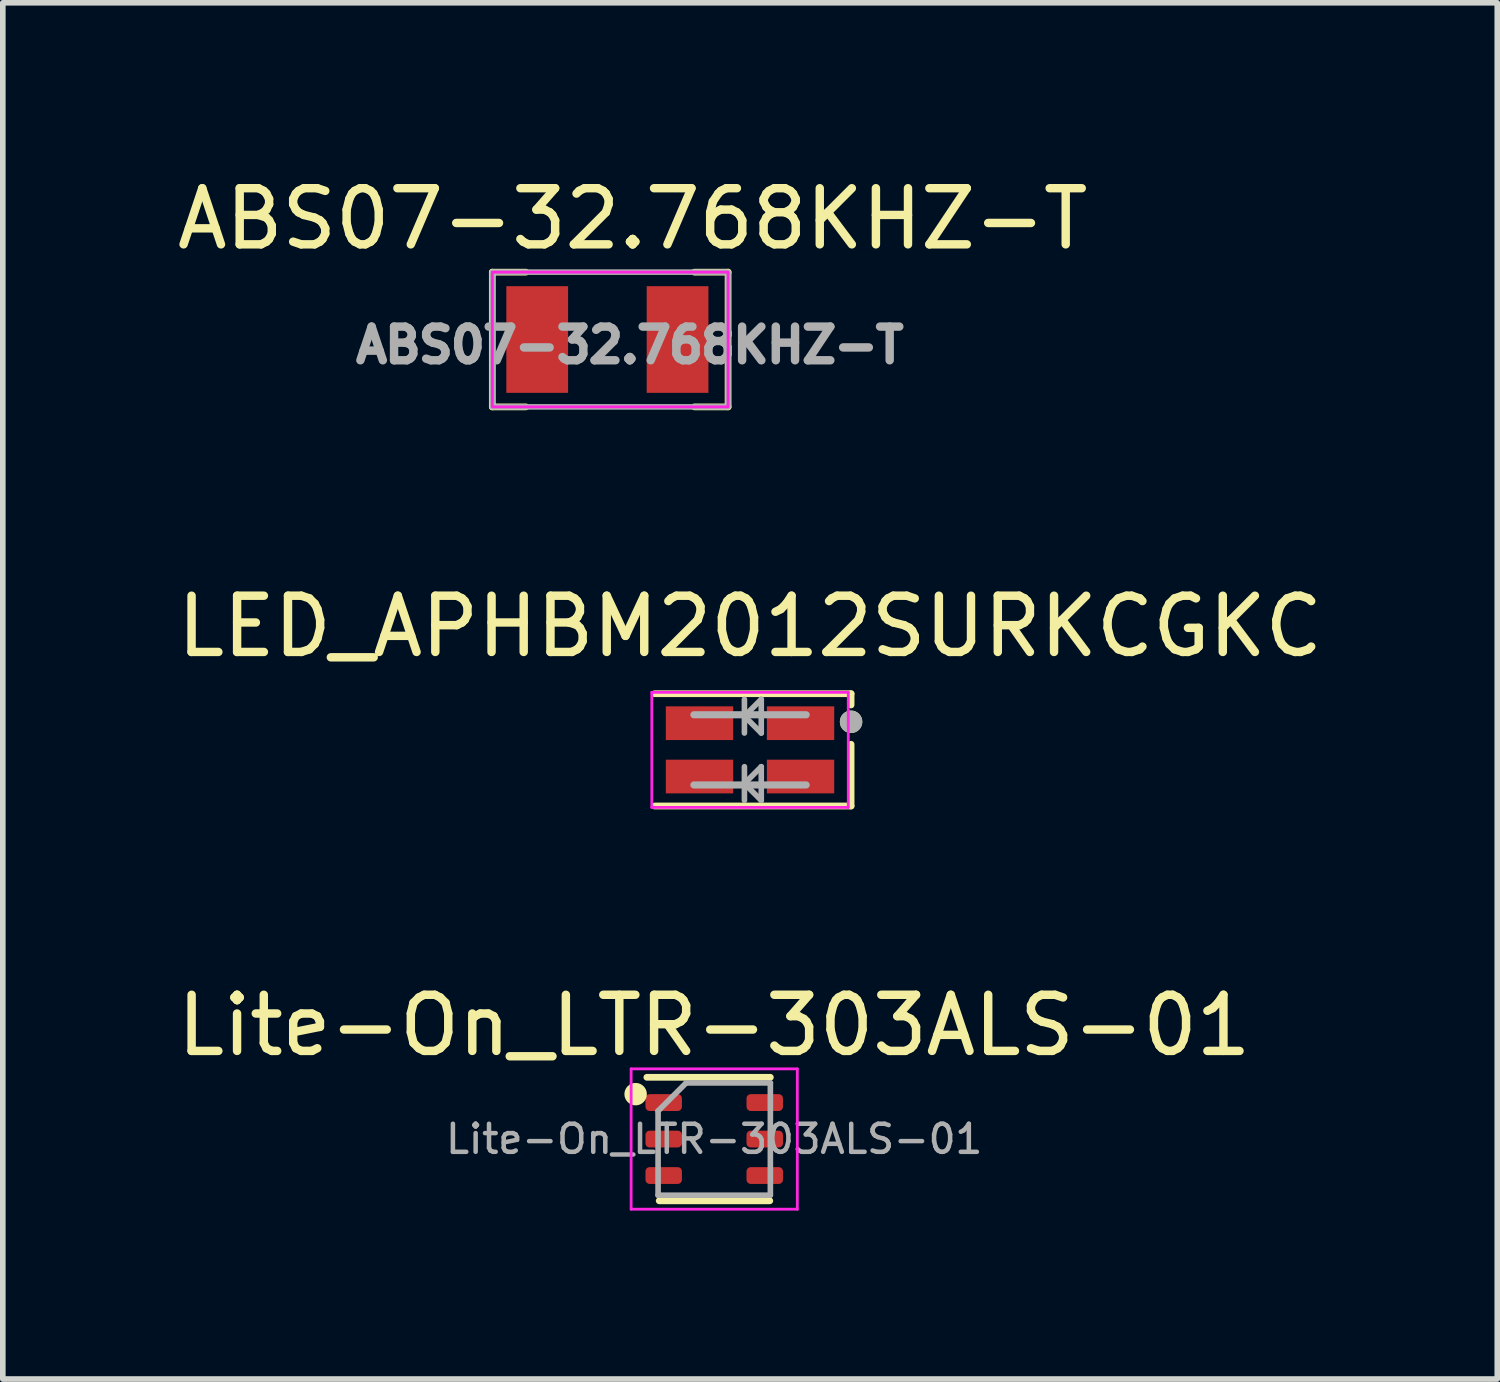
<source format=kicad_pcb>
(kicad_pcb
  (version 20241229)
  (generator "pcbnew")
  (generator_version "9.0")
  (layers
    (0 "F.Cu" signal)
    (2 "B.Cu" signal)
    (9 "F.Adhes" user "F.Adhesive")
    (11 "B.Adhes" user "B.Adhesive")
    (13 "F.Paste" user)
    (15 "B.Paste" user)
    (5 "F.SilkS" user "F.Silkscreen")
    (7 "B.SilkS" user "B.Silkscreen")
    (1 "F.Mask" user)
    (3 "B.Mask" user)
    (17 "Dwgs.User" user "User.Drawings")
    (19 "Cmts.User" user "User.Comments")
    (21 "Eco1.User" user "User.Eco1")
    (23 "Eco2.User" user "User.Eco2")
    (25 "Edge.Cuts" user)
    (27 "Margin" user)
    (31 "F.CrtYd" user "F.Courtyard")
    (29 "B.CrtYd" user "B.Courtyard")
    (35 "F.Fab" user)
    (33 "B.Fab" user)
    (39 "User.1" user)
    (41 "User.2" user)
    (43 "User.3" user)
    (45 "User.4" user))
  (footprint "Lite-On_LTR-303ALS-01"
    (layer "F.Cu")
    (at 9.673 17.241)
    (property "Reference" "Lite-On_LTR-303ALS-01" (at 0 -2.025 0) (layer "F.SilkS") (effects (font (size 1 1) (thickness 0.15))))
    (attr smd)
    (fp_line (start -1.2 -1.1) (end 1 -1.1) (stroke (width 0.12) (type solid)) (layer "F.SilkS"))
    (fp_line (start -0.98 1.1) (end 0.99 1.1) (stroke (width 0.12) (type solid)) (layer "F.SilkS"))
    (fp_circle (center -1.4 -0.8) (end -1.4 -0.8) (stroke (width 0.2) (type solid)) (fill no) (layer "F.SilkS"))
    (fp_line (start -1.48 -1.25) (end -1.48 1.25) (stroke (width 0.05) (type solid)) (layer "F.CrtYd"))
    (fp_line (start -1.48 1.25) (end 1.48 1.25) (stroke (width 0.05) (type solid)) (layer "F.CrtYd"))
    (fp_line (start 1.48 -1.25) (end -1.48 -1.25) (stroke (width 0.05) (type solid)) (layer "F.CrtYd"))
    (fp_line (start 1.48 1.25) (end 1.48 -1.25) (stroke (width 0.05) (type solid)) (layer "F.CrtYd"))
    (fp_line (start -1 -0.5) (end -0.5 -1) (stroke (width 0.1) (type solid)) (layer "F.Fab"))
    (fp_line (start -1 1) (end -1 -0.5) (stroke (width 0.1) (type solid)) (layer "F.Fab"))
    (fp_line (start -0.5 -1) (end 1 -1) (stroke (width 0.1) (type solid)) (layer "F.Fab"))
    (fp_line (start 1 -1) (end 1 1) (stroke (width 0.1) (type solid)) (layer "F.Fab"))
    (fp_line (start 1 1) (end -1 1) (stroke (width 0.1) (type solid)) (layer "F.Fab"))
    (fp_text user "${REFERENCE}" (at 0 0 0) (layer "F.Fab") (effects (font (size 0.5 0.5) (thickness 0.08))))
    (pad "1" smd roundrect (at -0.9 -0.65) (size 0.65 0.3) (layers "F.Cu" "F.Mask" "F.Paste") (roundrect_rratio 0.25))
    (pad "2" smd roundrect (at -0.9 0) (size 0.65 0.3) (layers "F.Cu" "F.Mask" "F.Paste") (roundrect_rratio 0.25))
    (pad "3" smd roundrect (at -0.9 0.65) (size 0.65 0.3) (layers "F.Cu" "F.Mask" "F.Paste") (roundrect_rratio 0.25))
    (pad "4" smd roundrect (at 0.9 0.65) (size 0.65 0.3) (layers "F.Cu" "F.Mask" "F.Paste") (roundrect_rratio 0.25))
    (pad "5" smd roundrect (at 0.9 0) (size 0.65 0.3) (layers "F.Cu" "F.Mask" "F.Paste") (roundrect_rratio 0.25))
    (pad "6" smd roundrect (at 0.9 -0.65) (size 0.65 0.3) (layers "F.Cu" "F.Mask" "F.Paste") (roundrect_rratio 0.25)))
  (footprint "LED_APHBM2012SURKCGKC"
    (layer "F.Cu")
    (at 10.311 10.308)
    (property "Reference" "LED_APHBM2012SURKCGKC" (at 0 -2.2 0) (layer "F.SilkS") (effects (font (size 1.002 1.002) (thickness 0.15))))
    (attr through_hole)
    (fp_line (start 1.8 -1) (end -1.7 -1) (stroke (width 0.12) (type solid)) (layer "F.SilkS"))
    (fp_line (start 1.8 -0.8) (end 1.8 -1) (stroke (width 0.12) (type solid)) (layer "F.SilkS"))
    (fp_line (start 1.8 -0.1) (end 1.8 1) (stroke (width 0.12) (type solid)) (layer "F.SilkS"))
    (fp_line (start 1.8 1) (end -1.7 1) (stroke (width 0.12) (type solid)) (layer "F.SilkS"))
    (fp_circle (center 1.8 -0.5) (end 1.9 -0.5) (stroke (width 0.2) (type solid)) (fill no) (layer "F.SilkS"))
    (fp_line (start -1.75 -1.025) (end 1.75 -1.025) (stroke (width 0.05) (type solid)) (layer "F.CrtYd"))
    (fp_line (start -1.75 1.025) (end -1.75 -1.025) (stroke (width 0.05) (type solid)) (layer "F.CrtYd"))
    (fp_line (start 1.75 -1.025) (end 1.75 1.025) (stroke (width 0.05) (type solid)) (layer "F.CrtYd"))
    (fp_line (start 1.75 1.025) (end -1.75 1.025) (stroke (width 0.05) (type solid)) (layer "F.CrtYd"))
    (fp_line (start -1 -0.625) (end 1 -0.625) (stroke (width 0.127) (type solid)) (layer "F.Fab"))
    (fp_line (start -0.1 -0.9) (end -0.1 -0.3) (stroke (width 0.1) (type solid)) (layer "F.Fab"))
    (fp_line (start -0.1 -0.6) (end 0.2 -0.9) (stroke (width 0.1) (type solid)) (layer "F.Fab"))
    (fp_line (start -0.1 0.3) (end -0.1 0.9) (stroke (width 0.1) (type solid)) (layer "F.Fab"))
    (fp_line (start -0.1 0.6) (end 0.2 0.3) (stroke (width 0.1) (type solid)) (layer "F.Fab"))
    (fp_line (start 0.2 -0.9) (end 0.2 -0.3) (stroke (width 0.1) (type solid)) (layer "F.Fab"))
    (fp_line (start 0.2 -0.3) (end -0.1 -0.6) (stroke (width 0.1) (type solid)) (layer "F.Fab"))
    (fp_line (start 0.2 0.3) (end 0.2 0.9) (stroke (width 0.1) (type solid)) (layer "F.Fab"))
    (fp_line (start 0.2 0.9) (end -0.1 0.6) (stroke (width 0.1) (type solid)) (layer "F.Fab"))
    (fp_line (start 1 0.625) (end -1 0.625) (stroke (width 0.127) (type solid)) (layer "F.Fab"))
    (fp_circle (center 1.8 -0.5) (end 1.9 -0.5) (stroke (width 0.2) (type solid)) (fill no) (layer "F.Fab"))
    (pad "1" smd rect (at 0.9 -0.475 270) (size 0.6 1.2) (layers "F.Cu" "F.Mask" "F.Paste"))
    (pad "2" smd rect (at -0.9 -0.475 270) (size 0.6 1.2) (layers "F.Cu" "F.Mask" "F.Paste"))
    (pad "3" smd rect (at -0.9 0.475 270) (size 0.6 1.2) (layers "F.Cu" "F.Mask" "F.Paste"))
    (pad "4" smd rect (at 0.9 0.475 270) (size 0.6 1.2) (layers "F.Cu" "F.Mask" "F.Paste")))
  (footprint "ABS07-32.768KHZ-T"
    (layer "F.Cu")
    (at 7.82 2.998)
    (property "Reference" "ABS07-32.768KHZ-T" (at 0.4 -2.15 0) (unlocked yes) (layer "F.SilkS") (effects (font (size 1 1) (thickness 0.15))))
    (attr smd)
    (fp_line (start -2.1 -1.2) (end -2.1 1.2) (stroke (width 0.12) (type solid)) (layer "F.SilkS"))
    (fp_line (start -2.1 1.2) (end -1.5 1.2) (stroke (width 0.12) (type solid)) (layer "F.SilkS"))
    (fp_line (start -1.5 -1.2) (end -2.1 -1.2) (stroke (width 0.12) (type solid)) (layer "F.SilkS"))
    (fp_line (start 1.5 1.2) (end 2.1 1.2) (stroke (width 0.12) (type solid)) (layer "F.SilkS"))
    (fp_line (start 2.1 -1.2) (end 1.5 -1.2) (stroke (width 0.12) (type solid)) (layer "F.SilkS"))
    (fp_line (start 2.1 1.2) (end 2.1 -1.2) (stroke (width 0.12) (type solid)) (layer "F.SilkS"))
    (fp_rect (start -2.1 -1.2) (end 2.1 1.2) (stroke (width 0.05) (type solid)) (fill no) (layer "F.CrtYd"))
    (fp_rect (start -2.1 -1.2) (end 2.1 1.2) (stroke (width 0.1) (type solid)) (fill no) (layer "F.Fab"))
    (fp_text user "${REFERENCE}" (at 0.35 0.1 0) (unlocked yes) (layer "F.Fab") (effects (font (size 0.6 0.6) (thickness 0.15))))
    (pad "1" smd rect (at -1.3 0) (size 1.1 1.9) (layers "F.Cu" "F.Mask" "F.Paste"))
    (pad "2" smd rect (at 1.2 0) (size 1.1 1.9) (layers "F.Cu" "F.Mask" "F.Paste")))
  (gr_rect
    (start -3 -3)
    (end 23.622 21.516)
    (stroke (width 0.1) (type default))
    (fill no)
    (layer "Edge.Cuts")))
</source>
